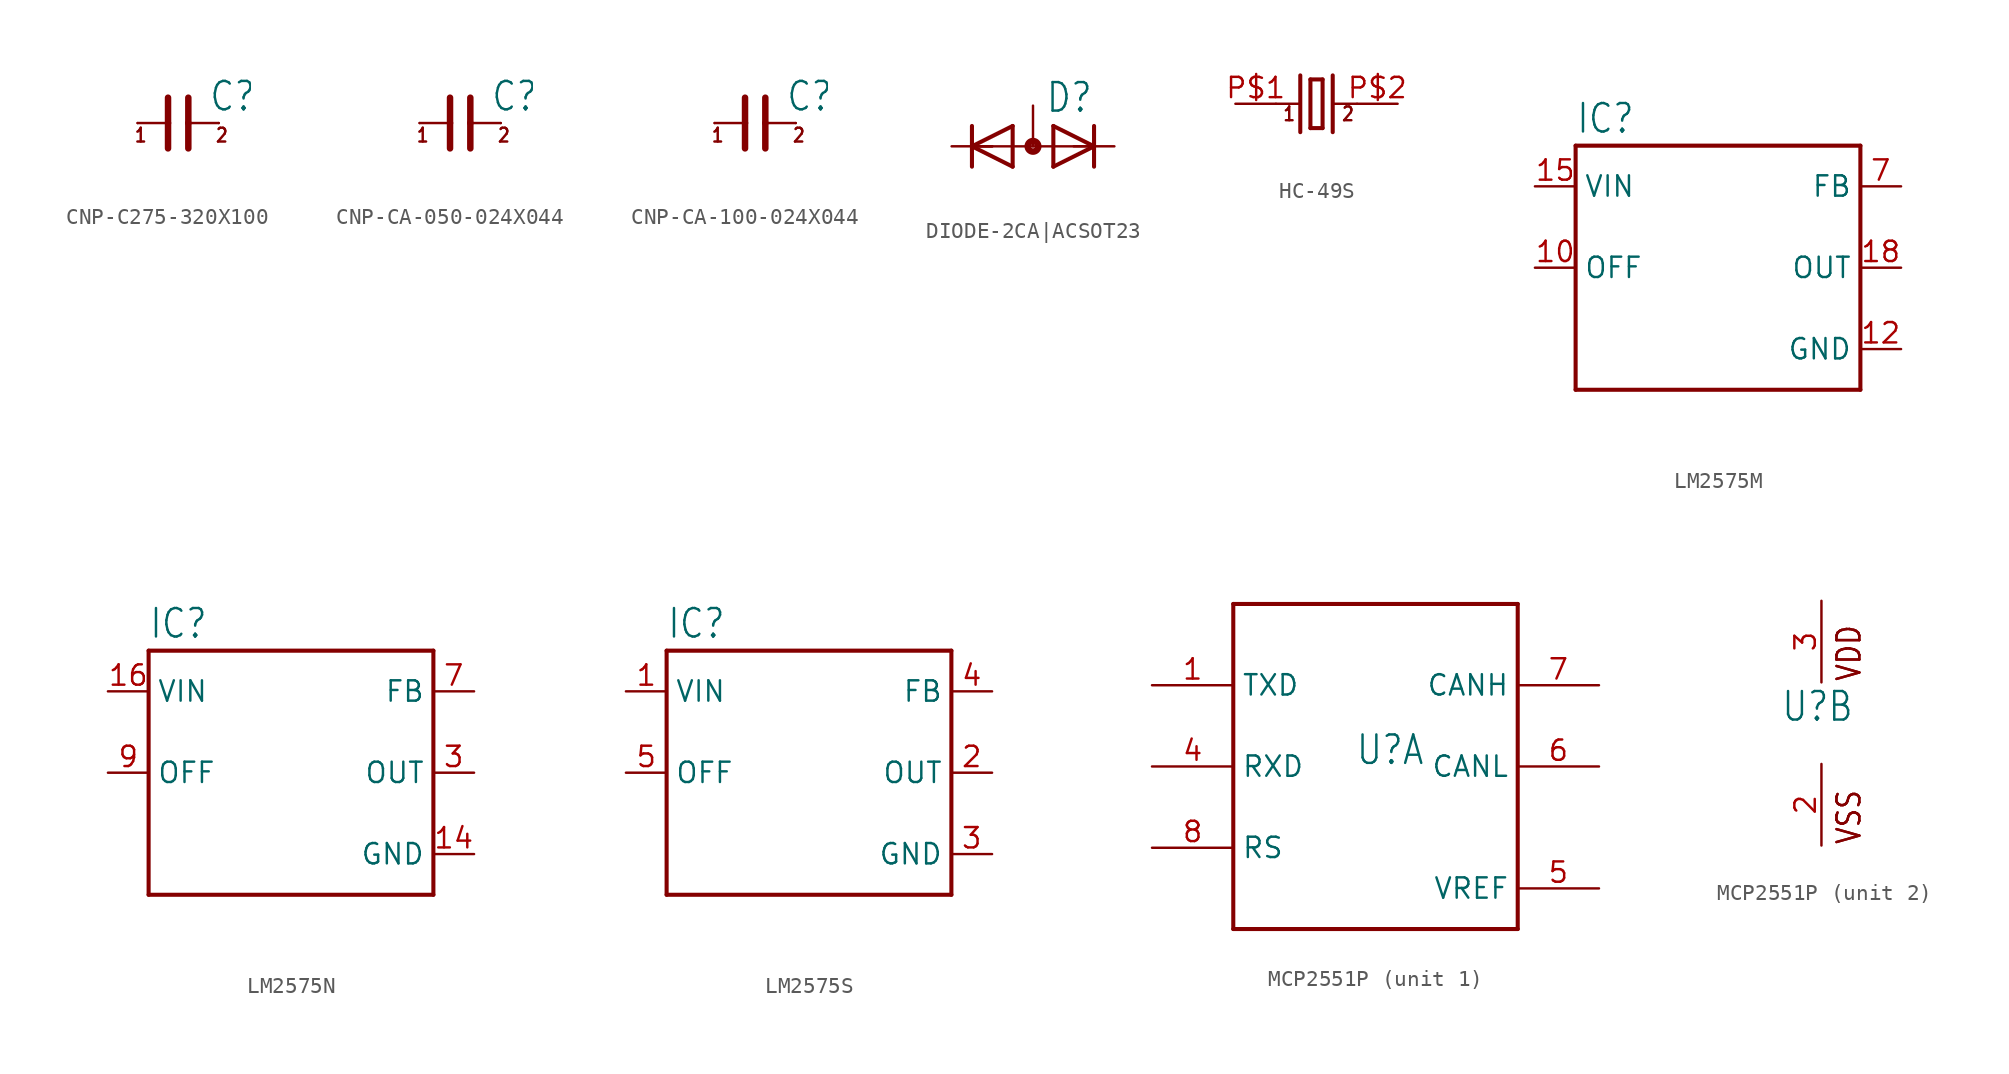
<source format=kicad_sym>
(kicad_symbol_lib
  (version 20220914)
  (generator kicad_symbol_editor)
  (symbol "CNP-C275-320X100"
    (property "Reference" "C"
      (at 1.905 0.635 0)
      (effects (font (size 1.778 1.511)) (justify left bottom)))
    (property "Value" ""
      (at -5.08 -4.128 0)
      (effects (font (size 1.778 1.511)) (justify left bottom)))
    (property "ki_locked" ""
      (at 0 0 0)
      (effects (font (size 1.27 1.27))))
    (symbol "CNP-C275-320X100_1_0"
      (polyline (pts (xy -2.54 0) (xy -0.635 0)) (stroke (width 0.152) (type solid)) (fill (type none)))
      (polyline (pts (xy -0.635 0) (xy -0.635 -1.587)) (stroke (width 0.406) (type solid)) (fill (type none)))
      (polyline (pts (xy -0.635 1.587) (xy -0.635 0)) (stroke (width 0.406) (type solid)) (fill (type none)))
      (polyline (pts (xy 0.635 0) (xy 0.635 -1.587)) (stroke (width 0.406) (type solid)) (fill (type none)))
      (polyline (pts (xy 0.635 1.587) (xy 0.635 0)) (stroke (width 0.406) (type solid)) (fill (type none)))
      (polyline (pts (xy 2.54 0) (xy 0.635 0)) (stroke (width 0.152) (type solid)) (fill (type none)))
      (text "1" (at -2.794 -1.27 0) (effects (font (size 0.864 0.734)) (justify left bottom)))
      (text "2" (at 2.286 -1.27 0) (effects (font (size 0.864 0.734)) (justify left bottom)))
      (pin passive line (at -2.54 0 0) (length 0) (name "1" (effects (font (size 0 0)))) (number "1" (effects (font (size 0 0)))))
      (pin passive line (at 2.54 0 180) (length 0) (name "2" (effects (font (size 0 0)))) (number "2" (effects (font (size 0 0)))))))
  (symbol "CNP-CA-050-024X044"
    (property "Reference" "C"
      (at 1.905 0.635 0)
      (effects (font (size 1.778 1.511)) (justify left bottom)))
    (property "Value" ""
      (at -5.08 -4.128 0)
      (effects (font (size 1.778 1.511)) (justify left bottom)))
    (property "ki_locked" ""
      (at 0 0 0)
      (effects (font (size 1.27 1.27))))
    (symbol "CNP-CA-050-024X044_1_0"
      (polyline (pts (xy -2.54 0) (xy -0.635 0)) (stroke (width 0.152) (type solid)) (fill (type none)))
      (polyline (pts (xy -0.635 0) (xy -0.635 -1.587)) (stroke (width 0.406) (type solid)) (fill (type none)))
      (polyline (pts (xy -0.635 1.587) (xy -0.635 0)) (stroke (width 0.406) (type solid)) (fill (type none)))
      (polyline (pts (xy 0.635 0) (xy 0.635 -1.587)) (stroke (width 0.406) (type solid)) (fill (type none)))
      (polyline (pts (xy 0.635 1.587) (xy 0.635 0)) (stroke (width 0.406) (type solid)) (fill (type none)))
      (polyline (pts (xy 2.54 0) (xy 0.635 0)) (stroke (width 0.152) (type solid)) (fill (type none)))
      (text "1" (at -2.794 -1.27 0) (effects (font (size 0.864 0.734)) (justify left bottom)))
      (text "2" (at 2.286 -1.27 0) (effects (font (size 0.864 0.734)) (justify left bottom)))
      (pin passive line (at -2.54 0 0) (length 0) (name "1" (effects (font (size 0 0)))) (number "1" (effects (font (size 0 0)))))
      (pin passive line (at 2.54 0 180) (length 0) (name "2" (effects (font (size 0 0)))) (number "2" (effects (font (size 0 0)))))))
  (symbol "CNP-CA-100-024X044"
    (property "Reference" "C"
      (at 1.905 0.635 0)
      (effects (font (size 1.778 1.511)) (justify left bottom)))
    (property "Value" ""
      (at -5.08 -4.128 0)
      (effects (font (size 1.778 1.511)) (justify left bottom)))
    (property "ki_locked" ""
      (at 0 0 0)
      (effects (font (size 1.27 1.27))))
    (symbol "CNP-CA-100-024X044_1_0"
      (polyline (pts (xy -2.54 0) (xy -0.635 0)) (stroke (width 0.152) (type solid)) (fill (type none)))
      (polyline (pts (xy -0.635 0) (xy -0.635 -1.587)) (stroke (width 0.406) (type solid)) (fill (type none)))
      (polyline (pts (xy -0.635 1.587) (xy -0.635 0)) (stroke (width 0.406) (type solid)) (fill (type none)))
      (polyline (pts (xy 0.635 0) (xy 0.635 -1.587)) (stroke (width 0.406) (type solid)) (fill (type none)))
      (polyline (pts (xy 0.635 1.587) (xy 0.635 0)) (stroke (width 0.406) (type solid)) (fill (type none)))
      (polyline (pts (xy 2.54 0) (xy 0.635 0)) (stroke (width 0.152) (type solid)) (fill (type none)))
      (text "1" (at -2.794 -1.27 0) (effects (font (size 0.864 0.734)) (justify left bottom)))
      (text "2" (at 2.286 -1.27 0) (effects (font (size 0.864 0.734)) (justify left bottom)))
      (pin passive line (at -2.54 0 0) (length 0) (name "1" (effects (font (size 0 0)))) (number "1" (effects (font (size 0 0)))))
      (pin passive line (at 2.54 0 180) (length 0) (name "2" (effects (font (size 0 0)))) (number "2" (effects (font (size 0 0)))))))
  (symbol "DIODE-2CA|ACSOT23"
    (property "Reference" "D"
      (at 0.762 2.007 0)
      (effects (font (size 1.778 1.511)) (justify left bottom)))
    (property "Value" ""
      (at -4.826 -3.454 0)
      (effects (font (size 1.778 1.511)) (justify left bottom)))
    (property "ki_locked" ""
      (at 0 0 0)
      (effects (font (size 1.27 1.27))))
    (symbol "DIODE-2CA|ACSOT23_1_0"
      (polyline (pts (xy -3.81 -1.27) (xy -3.81 0)) (stroke (width 0.254) (type solid)) (fill (type none)))
      (polyline (pts (xy -3.81 0) (xy -3.81 1.27)) (stroke (width 0.254) (type solid)) (fill (type none)))
      (polyline (pts (xy -3.81 0) (xy -1.27 -1.27)) (stroke (width 0.254) (type solid)) (fill (type none)))
      (polyline (pts (xy -3.81 0) (xy 3.81 0)) (stroke (width 0.152) (type solid)) (fill (type none)))
      (polyline (pts (xy -2.54 0) (xy -3.81 0)) (stroke (width 0.152) (type solid)) (fill (type none)))
      (polyline (pts (xy -1.27 -1.27) (xy -1.27 1.27)) (stroke (width 0.254) (type solid)) (fill (type none)))
      (polyline (pts (xy -1.27 1.27) (xy -3.81 0)) (stroke (width 0.254) (type solid)) (fill (type none)))
      (polyline (pts (xy 1.27 -1.27) (xy 1.27 1.27)) (stroke (width 0.254) (type solid)) (fill (type none)))
      (polyline (pts (xy 1.27 1.27) (xy 3.81 0)) (stroke (width 0.254) (type solid)) (fill (type none)))
      (polyline (pts (xy 3.81 -1.27) (xy 3.81 0)) (stroke (width 0.254) (type solid)) (fill (type none)))
      (polyline (pts (xy 3.81 0) (xy 1.27 -1.27)) (stroke (width 0.254) (type solid)) (fill (type none)))
      (polyline (pts (xy 3.81 0) (xy 3.81 1.27)) (stroke (width 0.254) (type solid)) (fill (type none)))
      (circle (center 0 0) (radius 0.127) (stroke (width 0.406) (type solid)) (fill (type none)))
      (pin passive line (at -5.08 0 0) (length 2.54) (name "K1" (effects (font (size 0 0)))) (number "1" (effects (font (size 0 0)))))
      (pin passive line (at 5.08 0 180) (length 2.54) (name "K2" (effects (font (size 0 0)))) (number "2" (effects (font (size 0 0)))))
      (pin passive line (at 0 2.54 270) (length 2.54) (name "A" (effects (font (size 0 0)))) (number "3" (effects (font (size 0 0)))))))
  (symbol "HC-49S"
    (property "Reference" ""
      (at -2.54 2.286 0)
      (effects (font (size 1.778 1.511)) (justify left bottom) hide))
    (property "Value" ""
      (at -2.54 -3.81 0)
      (effects (font (size 1.778 1.511)) (justify left bottom)))
    (property "ki_locked" ""
      (at 0 0 0)
      (effects (font (size 1.27 1.27))))
    (symbol "HC-49S_1_0"
      (polyline (pts (xy -2.54 0) (xy -1.016 0)) (stroke (width 0.152) (type solid)) (fill (type none)))
      (polyline (pts (xy -1.016 1.778) (xy -1.016 -1.778)) (stroke (width 0.254) (type solid)) (fill (type none)))
      (polyline (pts (xy -0.381 -1.524) (xy 0.381 -1.524)) (stroke (width 0.254) (type solid)) (fill (type none)))
      (polyline (pts (xy -0.381 1.524) (xy -0.381 -1.524)) (stroke (width 0.254) (type solid)) (fill (type none)))
      (polyline (pts (xy 0.381 -1.524) (xy 0.381 1.524)) (stroke (width 0.254) (type solid)) (fill (type none)))
      (polyline (pts (xy 0.381 1.524) (xy -0.381 1.524)) (stroke (width 0.254) (type solid)) (fill (type none)))
      (polyline (pts (xy 1.016 0) (xy 2.54 0)) (stroke (width 0.152) (type solid)) (fill (type none)))
      (polyline (pts (xy 1.016 1.778) (xy 1.016 -1.778)) (stroke (width 0.254) (type solid)) (fill (type none)))
      (text "1" (at -2.159 -1.143 0) (effects (font (size 0.864 0.734)) (justify left bottom)))
      (text "2" (at 1.524 -1.143 0) (effects (font (size 0.864 0.734)) (justify left bottom)))
      (pin passive line (at -5.08 0 0) (length 2.54) (name "1" (effects (font (size 0 0)))) (number "P$1" (effects (font (size 1.27 1.27)))))
      (pin passive line (at 5.08 0 180) (length 2.54) (name "2" (effects (font (size 0 0)))) (number "P$2" (effects (font (size 1.27 1.27)))))))
  (symbol "LM2575M"
    (property "Reference" "IC"
      (at -7.62 8.28 0)
      (effects (font (size 1.778 1.511)) (justify left bottom)))
    (property "Value" ""
      (at -7.62 -10.16 0)
      (effects (font (size 1.778 1.511)) (justify left bottom)))
    (property "ki_locked" ""
      (at 0 0 0)
      (effects (font (size 1.27 1.27))))
    (symbol "LM2575M_1_0"
      (polyline (pts (xy -7.62 -7.62) (xy 10.16 -7.62)) (stroke (width 0.254) (type solid)) (fill (type none)))
      (polyline (pts (xy -7.62 7.62) (xy -7.62 -7.62)) (stroke (width 0.254) (type solid)) (fill (type none)))
      (polyline (pts (xy 10.16 -7.62) (xy 10.16 7.62)) (stroke (width 0.254) (type solid)) (fill (type none)))
      (polyline (pts (xy 10.16 7.62) (xy -7.62 7.62)) (stroke (width 0.254) (type solid)) (fill (type none)))
      (pin input line (at -10.16 0 0) (length 2.54) (name "OFF" (effects (font (size 1.27 1.27)))) (number "10" (effects (font (size 1.27 1.27)))))
      (pin power_in line (at 12.7 -5.08 180) (length 2.54) (name "GND" (effects (font (size 1.27 1.27)))) (number "12" (effects (font (size 1.27 1.27)))))
      (pin power_in line (at -10.16 5.08 0) (length 2.54) (name "VIN" (effects (font (size 1.27 1.27)))) (number "15" (effects (font (size 1.27 1.27)))))
      (pin output line (at 12.7 0 180) (length 2.54) (name "OUT" (effects (font (size 1.27 1.27)))) (number "18" (effects (font (size 1.27 1.27)))))
      (pin input line (at 12.7 5.08 180) (length 2.54) (name "FB" (effects (font (size 1.27 1.27)))) (number "7" (effects (font (size 1.27 1.27)))))))
  (symbol "LM2575N"
    (property "Reference" "IC"
      (at -7.62 8.28 0)
      (effects (font (size 1.778 1.511)) (justify left bottom)))
    (property "Value" ""
      (at -7.62 -10.16 0)
      (effects (font (size 1.778 1.511)) (justify left bottom)))
    (property "ki_locked" ""
      (at 0 0 0)
      (effects (font (size 1.27 1.27))))
    (symbol "LM2575N_1_0"
      (polyline (pts (xy -7.62 -7.62) (xy 10.16 -7.62)) (stroke (width 0.254) (type solid)) (fill (type none)))
      (polyline (pts (xy -7.62 7.62) (xy -7.62 -7.62)) (stroke (width 0.254) (type solid)) (fill (type none)))
      (polyline (pts (xy 10.16 -7.62) (xy 10.16 7.62)) (stroke (width 0.254) (type solid)) (fill (type none)))
      (polyline (pts (xy 10.16 7.62) (xy -7.62 7.62)) (stroke (width 0.254) (type solid)) (fill (type none)))
      (pin power_in line (at 12.7 -5.08 180) (length 2.54) (name "GND" (effects (font (size 1.27 1.27)))) (number "14" (effects (font (size 1.27 1.27)))))
      (pin power_in line (at -10.16 5.08 0) (length 2.54) (name "VIN" (effects (font (size 1.27 1.27)))) (number "16" (effects (font (size 1.27 1.27)))))
      (pin output line (at 12.7 0 180) (length 2.54) (name "OUT" (effects (font (size 1.27 1.27)))) (number "3" (effects (font (size 1.27 1.27)))))
      (pin input line (at 12.7 5.08 180) (length 2.54) (name "FB" (effects (font (size 1.27 1.27)))) (number "7" (effects (font (size 1.27 1.27)))))
      (pin input line (at -10.16 0 0) (length 2.54) (name "OFF" (effects (font (size 1.27 1.27)))) (number "9" (effects (font (size 1.27 1.27)))))))
  (symbol "LM2575S"
    (property "Reference" "IC"
      (at -7.62 8.28 0)
      (effects (font (size 1.778 1.511)) (justify left bottom)))
    (property "Value" ""
      (at -7.62 -10.16 0)
      (effects (font (size 1.778 1.511)) (justify left bottom)))
    (property "ki_locked" ""
      (at 0 0 0)
      (effects (font (size 1.27 1.27))))
    (symbol "LM2575S_1_0"
      (polyline (pts (xy -7.62 -7.62) (xy 10.16 -7.62)) (stroke (width 0.254) (type solid)) (fill (type none)))
      (polyline (pts (xy -7.62 7.62) (xy -7.62 -7.62)) (stroke (width 0.254) (type solid)) (fill (type none)))
      (polyline (pts (xy 10.16 -7.62) (xy 10.16 7.62)) (stroke (width 0.254) (type solid)) (fill (type none)))
      (polyline (pts (xy 10.16 7.62) (xy -7.62 7.62)) (stroke (width 0.254) (type solid)) (fill (type none)))
      (pin power_in line (at -10.16 5.08 0) (length 2.54) (name "VIN" (effects (font (size 1.27 1.27)))) (number "1" (effects (font (size 1.27 1.27)))))
      (pin output line (at 12.7 0 180) (length 2.54) (name "OUT" (effects (font (size 1.27 1.27)))) (number "2" (effects (font (size 1.27 1.27)))))
      (pin power_in line (at 12.7 -5.08 180) (length 2.54) (name "GND" (effects (font (size 1.27 1.27)))) (number "3" (effects (font (size 1.27 1.27)))))
      (pin input line (at 12.7 5.08 180) (length 2.54) (name "FB" (effects (font (size 1.27 1.27)))) (number "4" (effects (font (size 1.27 1.27)))))
      (pin input line (at -10.16 0 0) (length 2.54) (name "OFF" (effects (font (size 1.27 1.27)))) (number "5" (effects (font (size 1.27 1.27)))))))
  (symbol "MCP2551P"
    (property "Reference" "U"
      (at -2.54 0 0)
      (effects (font (size 1.778 1.511)) (justify left bottom)))
    (property "ki_locked" ""
      (at 0 0 0)
      (effects (font (size 1.27 1.27))))
    (symbol "MCP2551P_1_0"
      (polyline (pts (xy -10.16 -10.16) (xy 7.62 -10.16)) (stroke (width 0.254) (type solid)) (fill (type none)))
      (polyline (pts (xy -10.16 10.16) (xy -10.16 -10.16)) (stroke (width 0.254) (type solid)) (fill (type none)))
      (polyline (pts (xy 7.62 -10.16) (xy 7.62 10.16)) (stroke (width 0.254) (type solid)) (fill (type none)))
      (polyline (pts (xy 7.62 10.16) (xy -10.16 10.16)) (stroke (width 0.254) (type solid)) (fill (type none)))
      (pin input line (at -15.24 5.08 0) (length 5.08) (name "TXD" (effects (font (size 1.27 1.27)))) (number "1" (effects (font (size 1.27 1.27)))))
      (pin output line (at -15.24 0 0) (length 5.08) (name "RXD" (effects (font (size 1.27 1.27)))) (number "4" (effects (font (size 1.27 1.27)))))
      (pin power_in line (at 12.7 -7.62 180) (length 5.08) (name "VREF" (effects (font (size 1.27 1.27)))) (number "5" (effects (font (size 1.27 1.27)))))
      (pin bidirectional line (at 12.7 0 180) (length 5.08) (name "CANL" (effects (font (size 1.27 1.27)))) (number "6" (effects (font (size 1.27 1.27)))))
      (pin bidirectional line (at 12.7 5.08 180) (length 5.08) (name "CANH" (effects (font (size 1.27 1.27)))) (number "7" (effects (font (size 1.27 1.27)))))
      (pin input line (at -15.24 -5.08 0) (length 5.08) (name "RS" (effects (font (size 1.27 1.27)))) (number "8" (effects (font (size 1.27 1.27))))))
    (symbol "MCP2551P_2_0"
      (text "VDD" (at 2.54 2.54 900) (effects (font (size 1.422 1.209)) (justify left bottom)))
      (text "VDD" (at 2.54 2.54 900) (effects (font (size 1.422 1.209)) (justify left bottom)))
      (text "VSS" (at 2.54 -7.62 900) (effects (font (size 1.422 1.209)) (justify left bottom)))
      (text "VSS" (at 2.54 -7.62 900) (effects (font (size 1.422 1.209)) (justify left bottom)))
      (pin power_in line (at 0 -7.62 90) (length 5.08) (name "VSS" (effects (font (size 0 0)))) (number "2" (effects (font (size 1.27 1.27)))))
      (pin power_in line (at 0 7.62 270) (length 5.08) (name "VDD" (effects (font (size 0 0)))) (number "3" (effects (font (size 1.27 1.27))))))))
</source>
